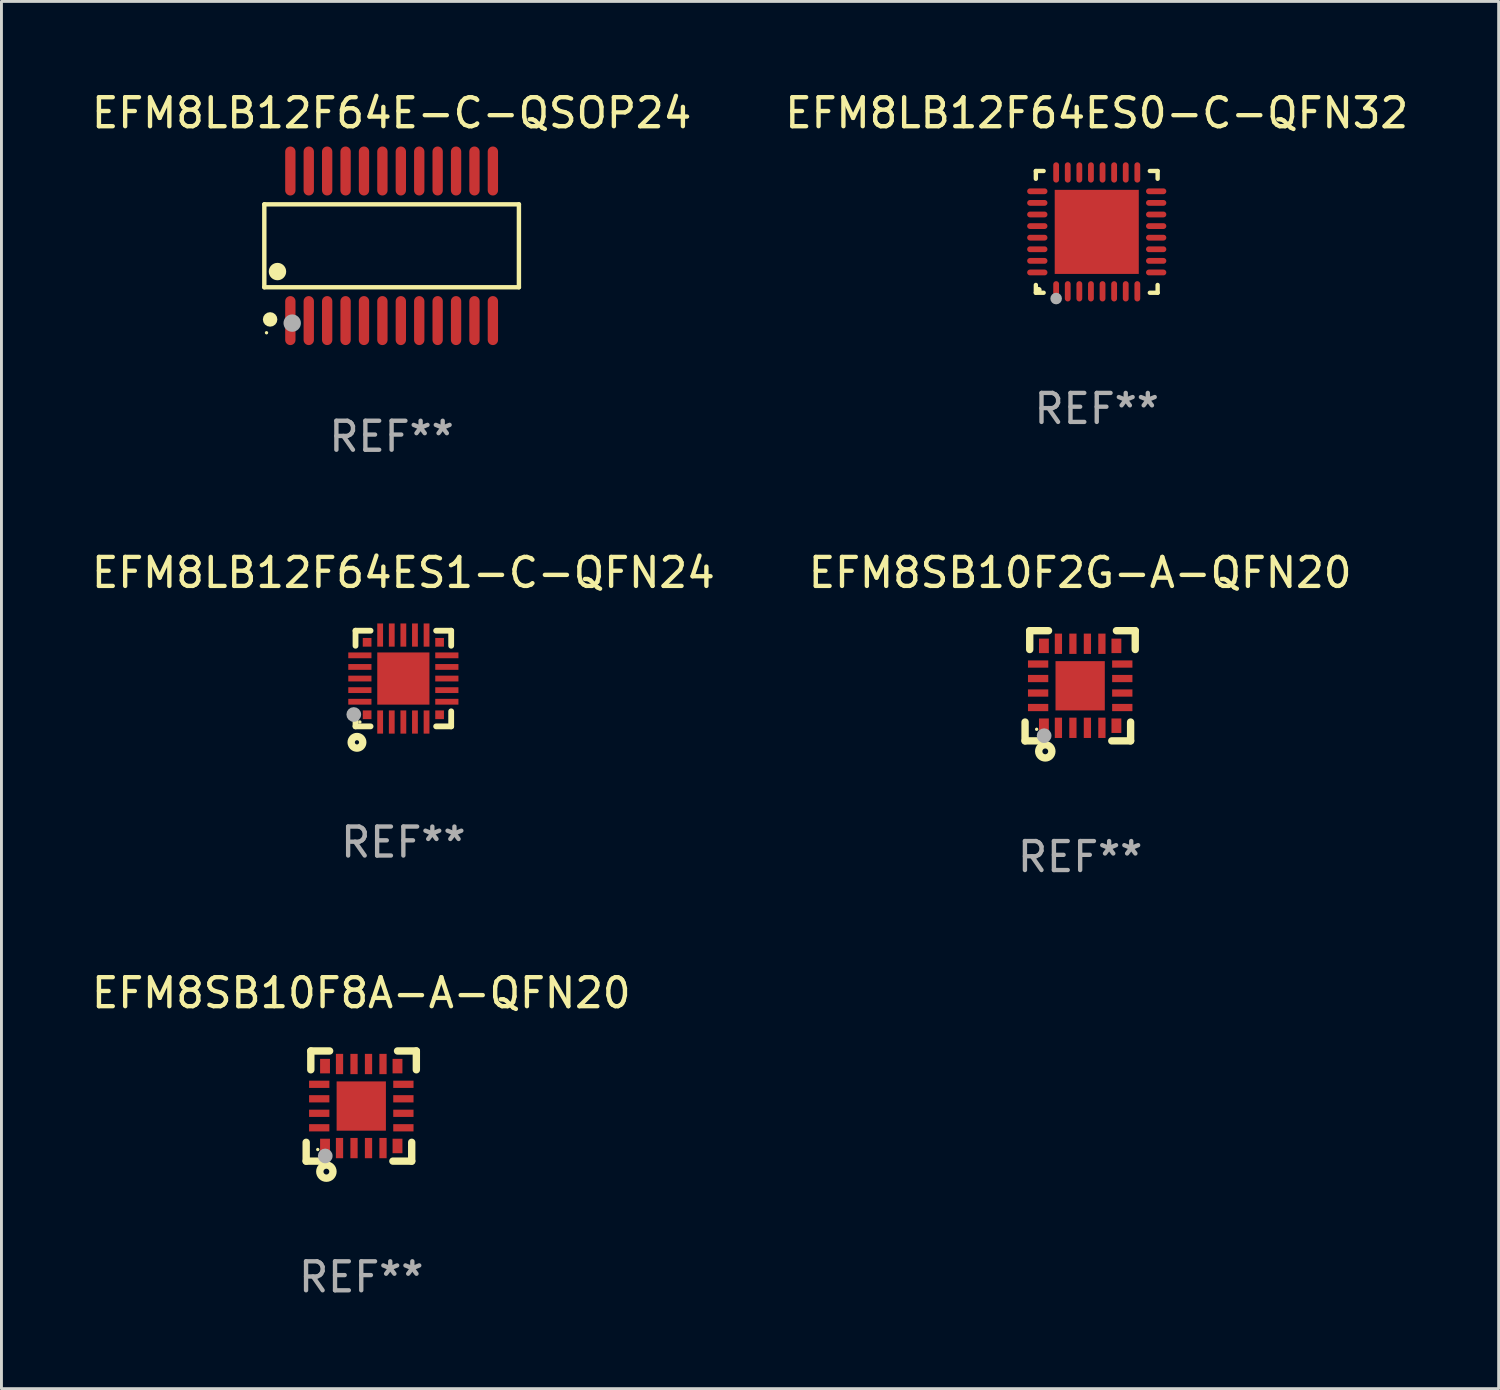
<source format=kicad_pcb>
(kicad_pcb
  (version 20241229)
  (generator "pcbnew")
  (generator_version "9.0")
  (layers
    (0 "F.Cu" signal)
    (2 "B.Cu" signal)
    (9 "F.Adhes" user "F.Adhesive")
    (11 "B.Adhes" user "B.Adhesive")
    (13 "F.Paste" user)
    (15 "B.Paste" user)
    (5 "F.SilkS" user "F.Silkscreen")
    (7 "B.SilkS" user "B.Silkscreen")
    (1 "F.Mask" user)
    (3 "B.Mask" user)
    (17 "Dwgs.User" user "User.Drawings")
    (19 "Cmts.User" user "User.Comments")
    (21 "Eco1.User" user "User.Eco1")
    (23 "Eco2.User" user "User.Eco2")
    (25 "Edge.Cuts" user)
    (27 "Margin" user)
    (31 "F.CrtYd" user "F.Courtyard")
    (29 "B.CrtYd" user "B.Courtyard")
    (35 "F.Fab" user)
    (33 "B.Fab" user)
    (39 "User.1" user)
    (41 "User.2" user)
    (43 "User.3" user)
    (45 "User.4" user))
  (footprint "EFM8LB12F64ES0-C-QFN32"
    (layer "F.Cu")
    (at 34.78 4.948)
    (property "Reference" "EFM8LB12F64ES0-C-QFN32" (at 0 -4.1 0) (layer "F.SilkS") (effects (font (size 1 1) (thickness 0.15))))
    (attr through_hole)
    (fp_line (start -2.1 -2.1) (end -1.831 -2.1) (stroke (width 0.15) (type solid)) (layer "F.SilkS"))
    (fp_line (start -2.1 -1.831) (end -2.1 -2.1) (stroke (width 0.15) (type solid)) (layer "F.SilkS"))
    (fp_line (start -2.1 2.1) (end -2.1 1.831) (stroke (width 0.15) (type solid)) (layer "F.SilkS"))
    (fp_line (start -1.831 2.1) (end -2.1 2.1) (stroke (width 0.15) (type solid)) (layer "F.SilkS"))
    (fp_line (start 1.831 -2.1) (end 2.1 -2.1) (stroke (width 0.15) (type solid)) (layer "F.SilkS"))
    (fp_line (start 2.1 -2.1) (end 2.1 -1.831) (stroke (width 0.15) (type solid)) (layer "F.SilkS"))
    (fp_line (start 2.1 1.831) (end 2.1 2.1) (stroke (width 0.15) (type solid)) (layer "F.SilkS"))
    (fp_line (start 2.1 2.1) (end 1.831 2.1) (stroke (width 0.15) (type solid)) (layer "F.SilkS"))
    (fp_circle (center -2 2) (end -1.95 2) (stroke (width 0.1) (type solid)) (fill no) (layer "F.SilkS"))
    (fp_circle (center -1.4 2.3) (end -1.3 2.3) (stroke (width 0.2) (type solid)) (fill no) (layer "F.Fab"))
    (fp_text user "REF**" (at 0 6.1 0) (layer "F.Fab") (effects (font (size 1 1) (thickness 0.15))))
    (pad "1" smd oval (at -1.4 2.05) (size 0.2 0.7) (layers "F.Cu" "F.Mask" "F.Paste"))
    (pad "2" smd oval (at -1 2.05) (size 0.2 0.7) (layers "F.Cu" "F.Mask" "F.Paste"))
    (pad "3" smd oval (at -0.6 2.05) (size 0.2 0.7) (layers "F.Cu" "F.Mask" "F.Paste"))
    (pad "4" smd oval (at -0.2 2.05) (size 0.2 0.7) (layers "F.Cu" "F.Mask" "F.Paste"))
    (pad "5" smd oval (at 0.2 2.05) (size 0.2 0.7) (layers "F.Cu" "F.Mask" "F.Paste"))
    (pad "6" smd oval (at 0.6 2.05) (size 0.2 0.7) (layers "F.Cu" "F.Mask" "F.Paste"))
    (pad "7" smd oval (at 1 2.05) (size 0.2 0.7) (layers "F.Cu" "F.Mask" "F.Paste"))
    (pad "8" smd oval (at 1.4 2.05) (size 0.2 0.7) (layers "F.Cu" "F.Mask" "F.Paste"))
    (pad "9" smd oval (at 2.05 1.4) (size 0.7 0.2) (layers "F.Cu" "F.Mask" "F.Paste"))
    (pad "10" smd oval (at 2.05 1) (size 0.7 0.2) (layers "F.Cu" "F.Mask" "F.Paste"))
    (pad "11" smd oval (at 2.05 0.6) (size 0.7 0.2) (layers "F.Cu" "F.Mask" "F.Paste"))
    (pad "12" smd oval (at 2.05 0.2) (size 0.7 0.2) (layers "F.Cu" "F.Mask" "F.Paste"))
    (pad "13" smd oval (at 2.05 -0.2) (size 0.7 0.2) (layers "F.Cu" "F.Mask" "F.Paste"))
    (pad "14" smd oval (at 2.05 -0.6) (size 0.7 0.2) (layers "F.Cu" "F.Mask" "F.Paste"))
    (pad "15" smd oval (at 2.05 -1) (size 0.7 0.2) (layers "F.Cu" "F.Mask" "F.Paste"))
    (pad "16" smd oval (at 2.05 -1.4) (size 0.7 0.2) (layers "F.Cu" "F.Mask" "F.Paste"))
    (pad "17" smd oval (at 1.4 -2.05) (size 0.2 0.7) (layers "F.Cu" "F.Mask" "F.Paste"))
    (pad "18" smd oval (at 1 -2.05) (size 0.2 0.7) (layers "F.Cu" "F.Mask" "F.Paste"))
    (pad "19" smd oval (at 0.6 -2.05) (size 0.2 0.7) (layers "F.Cu" "F.Mask" "F.Paste"))
    (pad "20" smd oval (at 0.2 -2.05) (size 0.2 0.7) (layers "F.Cu" "F.Mask" "F.Paste"))
    (pad "21" smd oval (at -0.2 -2.05) (size 0.2 0.7) (layers "F.Cu" "F.Mask" "F.Paste"))
    (pad "22" smd oval (at -0.6 -2.05) (size 0.2 0.7) (layers "F.Cu" "F.Mask" "F.Paste"))
    (pad "23" smd oval (at -1 -2.05) (size 0.2 0.7) (layers "F.Cu" "F.Mask" "F.Paste"))
    (pad "24" smd oval (at -1.4 -2.05) (size 0.2 0.7) (layers "F.Cu" "F.Mask" "F.Paste"))
    (pad "25" smd oval (at -2.05 -1.4) (size 0.7 0.2) (layers "F.Cu" "F.Mask" "F.Paste"))
    (pad "26" smd oval (at -2.05 -1) (size 0.7 0.2) (layers "F.Cu" "F.Mask" "F.Paste"))
    (pad "27" smd oval (at -2.05 -0.6) (size 0.7 0.2) (layers "F.Cu" "F.Mask" "F.Paste"))
    (pad "28" smd oval (at -2.05 -0.2) (size 0.7 0.2) (layers "F.Cu" "F.Mask" "F.Paste"))
    (pad "29" smd oval (at -2.05 0.2) (size 0.7 0.2) (layers "F.Cu" "F.Mask" "F.Paste"))
    (pad "30" smd oval (at -2.05 0.6) (size 0.7 0.2) (layers "F.Cu" "F.Mask" "F.Paste"))
    (pad "31" smd oval (at -2.05 1) (size 0.7 0.2) (layers "F.Cu" "F.Mask" "F.Paste"))
    (pad "32" smd oval (at -2.05 1.4) (size 0.7 0.2) (layers "F.Cu" "F.Mask" "F.Paste"))
    (pad "33" smd rect (at 0.000356 0.000254) (size 2.9 2.9) (layers "F.Cu" "F.Mask" "F.Paste")))
  (footprint "EFM8LB12F64ES1-C-QFN24"
    (layer "F.Cu")
    (at 10.863 20.355)
    (property "Reference" "EFM8LB12F64ES1-C-QFN24" (at 0 -3.65 0) (layer "F.SilkS") (effects (font (size 1 1) (thickness 0.15))))
    (attr through_hole)
    (fp_line (start -1.65 -1.65) (end -1.65 -1.131) (stroke (width 0.2) (type solid)) (layer "F.SilkS"))
    (fp_line (start -1.65 -1.65) (end -1.131 -1.65) (stroke (width 0.2) (type solid)) (layer "F.SilkS"))
    (fp_line (start -1.65 1.131) (end -1.65 1.65) (stroke (width 0.2) (type solid)) (layer "F.SilkS"))
    (fp_line (start -1.65 1.65) (end -1.131 1.65) (stroke (width 0.2) (type solid)) (layer "F.SilkS"))
    (fp_line (start 1.131 -1.65) (end 1.65 -1.65) (stroke (width 0.2) (type solid)) (layer "F.SilkS"))
    (fp_line (start 1.131 1.65) (end 1.65 1.65) (stroke (width 0.2) (type solid)) (layer "F.SilkS"))
    (fp_line (start 1.65 -1.65) (end 1.65 -1.131) (stroke (width 0.2) (type solid)) (layer "F.SilkS"))
    (fp_line (start 1.65 1.131) (end 1.65 1.65) (stroke (width 0.2) (type solid)) (layer "F.SilkS"))
    (fp_circle (center -1.6 2.2) (end -1.4 2.2) (stroke (width 0.254) (type solid)) (fill no) (layer "F.SilkS"))
    (fp_circle (center -1.5 1.5) (end -1.47 1.5) (stroke (width 0.06) (type solid)) (fill no) (layer "F.SilkS"))
    (fp_circle (center -1.71 1.24) (end -1.583 1.24) (stroke (width 0.254) (type solid)) (fill no) (layer "F.Fab"))
    (fp_text user "REF**" (at 0 5.65 0) (layer "F.Fab") (effects (font (size 1 1) (thickness 0.15))))
    (pad "1" smd rect (at -1.25 1.25 90) (size 0.3 0.3) (layers "F.Cu" "F.Mask" "F.Paste"))
    (pad "2" smd rect (at -0.8 1.5) (size 0.2 0.8) (layers "F.Cu" "F.Mask" "F.Paste"))
    (pad "3" smd rect (at -0.4 1.5) (size 0.2 0.8) (layers "F.Cu" "F.Mask" "F.Paste"))
    (pad "4" smd rect (at 0.000051 1.5) (size 0.2 0.8) (layers "F.Cu" "F.Mask" "F.Paste"))
    (pad "5" smd rect (at 0.4 1.5) (size 0.2 0.8) (layers "F.Cu" "F.Mask" "F.Paste"))
    (pad "6" smd rect (at 0.8 1.5) (size 0.2 0.8) (layers "F.Cu" "F.Mask" "F.Paste"))
    (pad "7" smd rect (at 1.25 1.25 90) (size 0.3 0.3) (layers "F.Cu" "F.Mask" "F.Paste"))
    (pad "8" smd rect (at 1.5 0.8) (size 0.8 0.2) (layers "F.Cu" "F.Mask" "F.Paste"))
    (pad "9" smd rect (at 1.5 0.4) (size 0.8 0.2) (layers "F.Cu" "F.Mask" "F.Paste"))
    (pad "10" smd rect (at 1.5 0.000051) (size 0.8 0.2) (layers "F.Cu" "F.Mask" "F.Paste"))
    (pad "11" smd rect (at 1.5 -0.4) (size 0.8 0.2) (layers "F.Cu" "F.Mask" "F.Paste"))
    (pad "12" smd rect (at 1.5 -0.8) (size 0.8 0.2) (layers "F.Cu" "F.Mask" "F.Paste"))
    (pad "13" smd rect (at 1.25 -1.25 270) (size 0.3 0.3) (layers "F.Cu" "F.Mask" "F.Paste"))
    (pad "14" smd rect (at 0.8 -1.5) (size 0.2 0.8) (layers "F.Cu" "F.Mask" "F.Paste"))
    (pad "15" smd rect (at 0.4 -1.5) (size 0.2 0.8) (layers "F.Cu" "F.Mask" "F.Paste"))
    (pad "16" smd rect (at 0.000051 -1.5) (size 0.2 0.8) (layers "F.Cu" "F.Mask" "F.Paste"))
    (pad "17" smd rect (at -0.4 -1.5) (size 0.2 0.8) (layers "F.Cu" "F.Mask" "F.Paste"))
    (pad "18" smd rect (at -0.8 -1.5) (size 0.2 0.8) (layers "F.Cu" "F.Mask" "F.Paste"))
    (pad "19" smd rect (at -1.25 -1.25 90) (size 0.3 0.3) (layers "F.Cu" "F.Mask" "F.Paste"))
    (pad "20" smd rect (at -1.5 -0.8) (size 0.8 0.2) (layers "F.Cu" "F.Mask" "F.Paste"))
    (pad "21" smd rect (at -1.5 -0.4) (size 0.8 0.2) (layers "F.Cu" "F.Mask" "F.Paste"))
    (pad "22" smd rect (at -1.5 0.000051) (size 0.8 0.2) (layers "F.Cu" "F.Mask" "F.Paste"))
    (pad "23" smd rect (at -1.5 0.4) (size 0.8 0.2) (layers "F.Cu" "F.Mask" "F.Paste"))
    (pad "24" smd rect (at -1.5 0.8 180) (size 0.8 0.2) (layers "F.Cu" "F.Mask" "F.Paste"))
    (pad "25" smd rect (at 0.000051 0.000051) (size 1.8 1.8) (layers "F.Cu" "F.Mask" "F.Paste")))
  (footprint "EFM8SB10F2G-A-QFN20"
    (layer "F.Cu")
    (at 34.208 20.605)
    (property "Reference" "EFM8SB10F2G-A-QFN20" (at 0 -3.9 0) (layer "F.SilkS") (effects (font (size 1 1) (thickness 0.15))))
    (attr through_hole)
    (fp_line (start -1.9 1.9) (end -1.9 1.251) (stroke (width 0.254) (type solid)) (layer "F.SilkS"))
    (fp_line (start -1.9 1.9) (end -1.251 1.9) (stroke (width 0.254) (type solid)) (layer "F.SilkS"))
    (fp_line (start -1.74 -1.9) (end -1.74 -1.251) (stroke (width 0.254) (type solid)) (layer "F.SilkS"))
    (fp_line (start -1.74 -1.9) (end -1.091 -1.9) (stroke (width 0.254) (type solid)) (layer "F.SilkS"))
    (fp_line (start 1.74 1.9) (end 1.091 1.9) (stroke (width 0.254) (type solid)) (layer "F.SilkS"))
    (fp_line (start 1.74 1.9) (end 1.74 1.251) (stroke (width 0.254) (type solid)) (layer "F.SilkS"))
    (fp_line (start 1.9 -1.9) (end 1.251 -1.9) (stroke (width 0.254) (type solid)) (layer "F.SilkS"))
    (fp_line (start 1.9 -1.9) (end 1.9 -1.251) (stroke (width 0.254) (type solid)) (layer "F.SilkS"))
    (fp_circle (center -1.5 1.5) (end -1.47 1.5) (stroke (width 0.06) (type solid)) (fill no) (layer "F.SilkS"))
    (fp_circle (center -1.203 2.262) (end -1.103 2.262) (stroke (width 0.254) (type solid)) (fill no) (layer "F.SilkS"))
    (fp_circle (center -1.243 1.721) (end -1.116 1.721) (stroke (width 0.254) (type solid)) (fill no) (layer "F.Fab"))
    (fp_text user "REF**" (at 0 5.9 0) (layer "F.Fab") (effects (font (size 1 1) (thickness 0.15))))
    (pad "1" smd rect (at -1.25 1.377) (size 0.34 0.5) (layers "F.Cu" "F.Mask" "F.Paste"))
    (pad "2" smd rect (at -0.75 1.45) (size 0.25 0.7) (layers "F.Cu" "F.Mask" "F.Paste"))
    (pad "3" smd rect (at -0.25 1.45) (size 0.25 0.7) (layers "F.Cu" "F.Mask" "F.Paste"))
    (pad "4" smd rect (at 0.25 1.45) (size 0.25 0.7) (layers "F.Cu" "F.Mask" "F.Paste"))
    (pad "5" smd rect (at 0.75 1.45) (size 0.25 0.7) (layers "F.Cu" "F.Mask" "F.Paste"))
    (pad "6" smd rect (at 1.25 1.377) (size 0.34 0.5) (layers "F.Cu" "F.Mask" "F.Paste"))
    (pad "7" smd rect (at 1.453 0.75) (size 0.7 0.25) (layers "F.Cu" "F.Mask" "F.Paste"))
    (pad "8" smd rect (at 1.453 0.25) (size 0.7 0.25) (layers "F.Cu" "F.Mask" "F.Paste"))
    (pad "9" smd rect (at 1.453 -0.25) (size 0.7 0.25) (layers "F.Cu" "F.Mask" "F.Paste"))
    (pad "10" smd rect (at 1.453 -0.75) (size 0.7 0.25) (layers "F.Cu" "F.Mask" "F.Paste"))
    (pad "11" smd rect (at 1.25 -1.377) (size 0.34 0.5) (layers "F.Cu" "F.Mask" "F.Paste"))
    (pad "12" smd rect (at 0.75 -1.45) (size 0.25 0.7) (layers "F.Cu" "F.Mask" "F.Paste"))
    (pad "13" smd rect (at 0.25 -1.45) (size 0.25 0.7) (layers "F.Cu" "F.Mask" "F.Paste"))
    (pad "14" smd rect (at -0.25 -1.45) (size 0.25 0.7) (layers "F.Cu" "F.Mask" "F.Paste"))
    (pad "15" smd rect (at -0.75 -1.45) (size 0.25 0.7) (layers "F.Cu" "F.Mask" "F.Paste"))
    (pad "16" smd rect (at -1.25 -1.377) (size 0.34 0.5) (layers "F.Cu" "F.Mask" "F.Paste"))
    (pad "17" smd rect (at -1.45 -0.75) (size 0.7 0.25) (layers "F.Cu" "F.Mask" "F.Paste"))
    (pad "18" smd rect (at -1.45 -0.25) (size 0.7 0.25) (layers "F.Cu" "F.Mask" "F.Paste"))
    (pad "19" smd rect (at -1.45 0.25) (size 0.7 0.25) (layers "F.Cu" "F.Mask" "F.Paste"))
    (pad "20" smd rect (at -1.45 0.75) (size 0.7 0.25) (layers "F.Cu" "F.Mask" "F.Paste"))
    (pad "21" smd rect (at 0 0) (size 1.7 1.7) (layers "F.Cu" "F.Mask" "F.Paste")))
  (footprint "EFM8LB12F64E-C-QSOP24"
    (layer "F.Cu")
    (at 10.458 5.428)
    (property "Reference" "EFM8LB12F64E-C-QSOP24" (at 0 -4.58 0) (layer "F.SilkS") (effects (font (size 1 1) (thickness 0.15))))
    (attr through_hole)
    (fp_line (start -4.391 -1.43) (end 4.391 -1.43) (stroke (width 0.152) (type solid)) (layer "F.SilkS"))
    (fp_line (start -4.391 1.43) (end -4.391 -1.43) (stroke (width 0.152) (type solid)) (layer "F.SilkS"))
    (fp_line (start 4.391 -1.43) (end 4.391 1.43) (stroke (width 0.152) (type solid)) (layer "F.SilkS"))
    (fp_line (start 4.391 1.43) (end -4.391 1.43) (stroke (width 0.152) (type solid)) (layer "F.SilkS"))
    (fp_circle (center -4.315 3) (end -4.285 3) (stroke (width 0.06) (type solid)) (fill no) (layer "F.SilkS"))
    (fp_circle (center -4.191 2.54) (end -4.066 2.54) (stroke (width 0.25) (type solid)) (fill no) (layer "F.SilkS"))
    (fp_circle (center -3.937 0.889) (end -3.787 0.889) (stroke (width 0.3) (type solid)) (fill no) (layer "F.SilkS"))
    (fp_circle (center -3.429 2.667) (end -3.279 2.667) (stroke (width 0.3) (type solid)) (fill no) (layer "F.Fab"))
    (fp_text user "REF**" (at 0 6.58 0) (layer "F.Fab") (effects (font (size 1 1) (thickness 0.15))))
    (pad "1" smd oval (at -3.493 2.58) (size 0.356 1.69) (layers "F.Cu" "F.Mask" "F.Paste"))
    (pad "2" smd oval (at -2.858 2.58) (size 0.356 1.69) (layers "F.Cu" "F.Mask" "F.Paste"))
    (pad "3" smd oval (at -2.223 2.58) (size 0.356 1.69) (layers "F.Cu" "F.Mask" "F.Paste"))
    (pad "4" smd oval (at -1.588 2.58) (size 0.356 1.69) (layers "F.Cu" "F.Mask" "F.Paste"))
    (pad "5" smd oval (at -0.953 2.58) (size 0.356 1.69) (layers "F.Cu" "F.Mask" "F.Paste"))
    (pad "6" smd oval (at -0.318 2.58) (size 0.356 1.69) (layers "F.Cu" "F.Mask" "F.Paste"))
    (pad "7" smd oval (at 0.318 2.58) (size 0.356 1.69) (layers "F.Cu" "F.Mask" "F.Paste"))
    (pad "8" smd oval (at 0.953 2.58) (size 0.356 1.69) (layers "F.Cu" "F.Mask" "F.Paste"))
    (pad "9" smd oval (at 1.588 2.58) (size 0.356 1.69) (layers "F.Cu" "F.Mask" "F.Paste"))
    (pad "10" smd oval (at 2.223 2.58) (size 0.356 1.69) (layers "F.Cu" "F.Mask" "F.Paste"))
    (pad "11" smd oval (at 2.858 2.58) (size 0.356 1.69) (layers "F.Cu" "F.Mask" "F.Paste"))
    (pad "12" smd oval (at 3.493 2.58) (size 0.356 1.69) (layers "F.Cu" "F.Mask" "F.Paste"))
    (pad "13" smd oval (at 3.493 -2.58) (size 0.356 1.69) (layers "F.Cu" "F.Mask" "F.Paste"))
    (pad "14" smd oval (at 2.858 -2.58) (size 0.356 1.69) (layers "F.Cu" "F.Mask" "F.Paste"))
    (pad "15" smd oval (at 2.223 -2.58) (size 0.356 1.69) (layers "F.Cu" "F.Mask" "F.Paste"))
    (pad "16" smd oval (at 1.588 -2.58) (size 0.356 1.69) (layers "F.Cu" "F.Mask" "F.Paste"))
    (pad "17" smd oval (at 0.953 -2.58) (size 0.356 1.69) (layers "F.Cu" "F.Mask" "F.Paste"))
    (pad "18" smd oval (at 0.318 -2.58) (size 0.356 1.69) (layers "F.Cu" "F.Mask" "F.Paste"))
    (pad "19" smd oval (at -0.318 -2.58) (size 0.356 1.69) (layers "F.Cu" "F.Mask" "F.Paste"))
    (pad "20" smd oval (at -0.953 -2.58) (size 0.356 1.69) (layers "F.Cu" "F.Mask" "F.Paste"))
    (pad "21" smd oval (at -1.588 -2.58) (size 0.356 1.69) (layers "F.Cu" "F.Mask" "F.Paste"))
    (pad "22" smd oval (at -2.223 -2.58) (size 0.356 1.69) (layers "F.Cu" "F.Mask" "F.Paste"))
    (pad "23" smd oval (at -2.858 -2.58) (size 0.356 1.69) (layers "F.Cu" "F.Mask" "F.Paste"))
    (pad "24" smd oval (at -3.493 -2.58) (size 0.356 1.69) (layers "F.Cu" "F.Mask" "F.Paste")))
  (footprint "EFM8SB10F8A-A-QFN20"
    (layer "F.Cu")
    (at 9.411 35.101)
    (property "Reference" "EFM8SB10F8A-A-QFN20" (at 0 -3.9 0) (layer "F.SilkS") (effects (font (size 1 1) (thickness 0.15))))
    (attr through_hole)
    (fp_line (start -1.9 1.9) (end -1.9 1.251) (stroke (width 0.254) (type solid)) (layer "F.SilkS"))
    (fp_line (start -1.9 1.9) (end -1.251 1.9) (stroke (width 0.254) (type solid)) (layer "F.SilkS"))
    (fp_line (start -1.74 -1.9) (end -1.74 -1.251) (stroke (width 0.254) (type solid)) (layer "F.SilkS"))
    (fp_line (start -1.74 -1.9) (end -1.091 -1.9) (stroke (width 0.254) (type solid)) (layer "F.SilkS"))
    (fp_line (start 1.74 1.9) (end 1.091 1.9) (stroke (width 0.254) (type solid)) (layer "F.SilkS"))
    (fp_line (start 1.74 1.9) (end 1.74 1.251) (stroke (width 0.254) (type solid)) (layer "F.SilkS"))
    (fp_line (start 1.9 -1.9) (end 1.251 -1.9) (stroke (width 0.254) (type solid)) (layer "F.SilkS"))
    (fp_line (start 1.9 -1.9) (end 1.9 -1.251) (stroke (width 0.254) (type solid)) (layer "F.SilkS"))
    (fp_circle (center -1.5 1.5) (end -1.47 1.5) (stroke (width 0.06) (type solid)) (fill no) (layer "F.SilkS"))
    (fp_circle (center -1.203 2.262) (end -1.103 2.262) (stroke (width 0.254) (type solid)) (fill no) (layer "F.SilkS"))
    (fp_circle (center -1.243 1.721) (end -1.116 1.721) (stroke (width 0.254) (type solid)) (fill no) (layer "F.Fab"))
    (fp_text user "REF**" (at 0 5.9 0) (layer "F.Fab") (effects (font (size 1 1) (thickness 0.15))))
    (pad "1" smd rect (at -1.25 1.377) (size 0.34 0.5) (layers "F.Cu" "F.Mask" "F.Paste"))
    (pad "2" smd rect (at -0.75 1.45) (size 0.25 0.7) (layers "F.Cu" "F.Mask" "F.Paste"))
    (pad "3" smd rect (at -0.25 1.45) (size 0.25 0.7) (layers "F.Cu" "F.Mask" "F.Paste"))
    (pad "4" smd rect (at 0.25 1.45) (size 0.25 0.7) (layers "F.Cu" "F.Mask" "F.Paste"))
    (pad "5" smd rect (at 0.75 1.45) (size 0.25 0.7) (layers "F.Cu" "F.Mask" "F.Paste"))
    (pad "6" smd rect (at 1.25 1.377) (size 0.34 0.5) (layers "F.Cu" "F.Mask" "F.Paste"))
    (pad "7" smd rect (at 1.453 0.75) (size 0.7 0.25) (layers "F.Cu" "F.Mask" "F.Paste"))
    (pad "8" smd rect (at 1.453 0.25) (size 0.7 0.25) (layers "F.Cu" "F.Mask" "F.Paste"))
    (pad "9" smd rect (at 1.453 -0.25) (size 0.7 0.25) (layers "F.Cu" "F.Mask" "F.Paste"))
    (pad "10" smd rect (at 1.453 -0.75) (size 0.7 0.25) (layers "F.Cu" "F.Mask" "F.Paste"))
    (pad "11" smd rect (at 1.25 -1.377) (size 0.34 0.5) (layers "F.Cu" "F.Mask" "F.Paste"))
    (pad "12" smd rect (at 0.75 -1.45) (size 0.25 0.7) (layers "F.Cu" "F.Mask" "F.Paste"))
    (pad "13" smd rect (at 0.25 -1.45) (size 0.25 0.7) (layers "F.Cu" "F.Mask" "F.Paste"))
    (pad "14" smd rect (at -0.25 -1.45) (size 0.25 0.7) (layers "F.Cu" "F.Mask" "F.Paste"))
    (pad "15" smd rect (at -0.75 -1.45) (size 0.25 0.7) (layers "F.Cu" "F.Mask" "F.Paste"))
    (pad "16" smd rect (at -1.25 -1.377) (size 0.34 0.5) (layers "F.Cu" "F.Mask" "F.Paste"))
    (pad "17" smd rect (at -1.45 -0.75) (size 0.7 0.25) (layers "F.Cu" "F.Mask" "F.Paste"))
    (pad "18" smd rect (at -1.45 -0.25) (size 0.7 0.25) (layers "F.Cu" "F.Mask" "F.Paste"))
    (pad "19" smd rect (at -1.45 0.25) (size 0.7 0.25) (layers "F.Cu" "F.Mask" "F.Paste"))
    (pad "20" smd rect (at -1.45 0.75) (size 0.7 0.25) (layers "F.Cu" "F.Mask" "F.Paste"))
    (pad "21" smd rect (at 0 0) (size 1.7 1.7) (layers "F.Cu" "F.Mask" "F.Paste")))
  (gr_rect
    (start -3 -3)
    (end 48.643 44.85)
    (stroke (width 0.1) (type default))
    (fill no)
    (layer "Edge.Cuts")))
</source>
